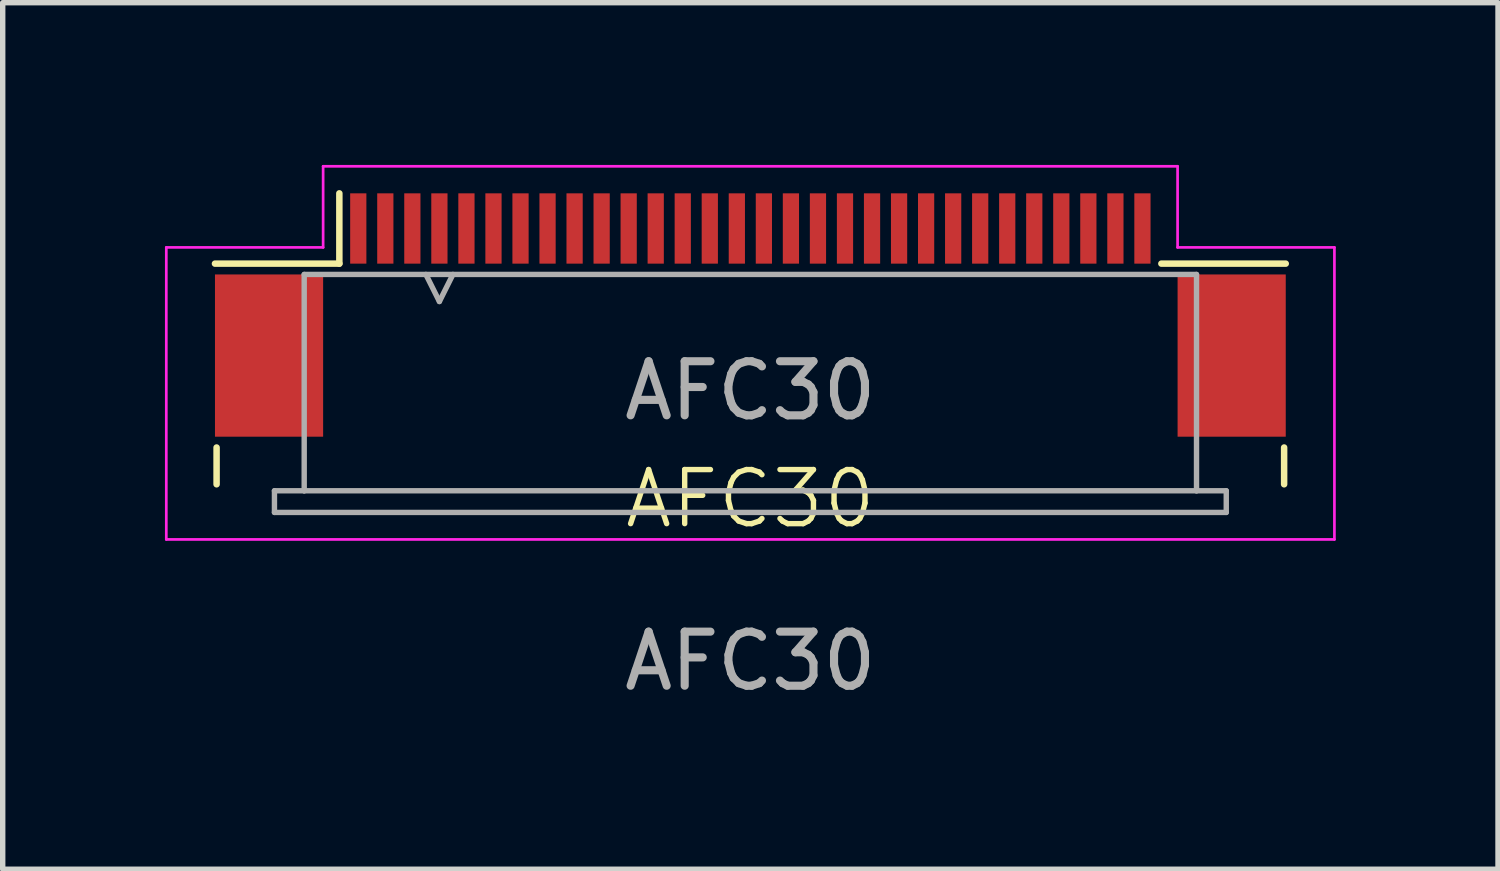
<source format=kicad_pcb>
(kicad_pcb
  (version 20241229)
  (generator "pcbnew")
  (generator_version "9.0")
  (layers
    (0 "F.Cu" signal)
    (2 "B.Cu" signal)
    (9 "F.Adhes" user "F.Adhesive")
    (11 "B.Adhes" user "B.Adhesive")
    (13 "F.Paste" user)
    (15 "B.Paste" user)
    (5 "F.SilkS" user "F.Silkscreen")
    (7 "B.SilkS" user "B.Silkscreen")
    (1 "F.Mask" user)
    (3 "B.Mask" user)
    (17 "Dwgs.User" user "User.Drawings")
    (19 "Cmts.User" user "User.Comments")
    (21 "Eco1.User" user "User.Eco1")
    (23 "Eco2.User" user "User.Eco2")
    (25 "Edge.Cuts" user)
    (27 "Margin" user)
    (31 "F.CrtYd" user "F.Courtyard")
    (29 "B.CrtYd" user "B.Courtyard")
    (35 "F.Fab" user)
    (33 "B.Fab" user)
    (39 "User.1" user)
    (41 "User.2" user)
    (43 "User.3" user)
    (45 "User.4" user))
  (footprint "AFC30"
    (layer "F.Cu")
    (at 10.825 6.675)
    (property "Reference" "AFC30" (at 0 -0.5 0) (unlocked yes) (layer "F.SilkS") (effects (font (size 1 1) (thickness 0.1))))
    (attr smd)
    (fp_line (start -9.87 -1.45) (end -9.87 -0.77) (stroke (width 0.12) (type solid)) (layer "F.SilkS"))
    (fp_line (start -7.6 -4.85) (end -9.9 -4.85) (stroke (width 0.12) (type solid)) (layer "F.SilkS"))
    (fp_line (start -7.6 -4.85) (end -7.6 -6.15) (stroke (width 0.12) (type solid)) (layer "F.SilkS"))
    (fp_line (start 7.6 -4.85) (end 9.9 -4.85) (stroke (width 0.12) (type solid)) (layer "F.SilkS"))
    (fp_line (start 9.87 -1.45) (end 9.87 -0.77) (stroke (width 0.12) (type solid)) (layer "F.SilkS"))
    (fp_line (start -10.8 -5.15) (end -10.8 0.25) (stroke (width 0.05) (type solid)) (layer "F.CrtYd"))
    (fp_line (start -10.8 0.25) (end 10.8 0.25) (stroke (width 0.05) (type solid)) (layer "F.CrtYd"))
    (fp_line (start -7.9 -6.65) (end -7.9 -5.15) (stroke (width 0.05) (type solid)) (layer "F.CrtYd"))
    (fp_line (start -7.9 -5.15) (end -10.8 -5.15) (stroke (width 0.05) (type solid)) (layer "F.CrtYd"))
    (fp_line (start 7.9 -6.65) (end -7.9 -6.65) (stroke (width 0.05) (type solid)) (layer "F.CrtYd"))
    (fp_line (start 7.9 -5.15) (end 7.9 -6.65) (stroke (width 0.05) (type solid)) (layer "F.CrtYd"))
    (fp_line (start 10.8 -5.15) (end 7.9 -5.15) (stroke (width 0.05) (type solid)) (layer "F.CrtYd"))
    (fp_line (start 10.8 0.25) (end 10.8 -5.15) (stroke (width 0.05) (type solid)) (layer "F.CrtYd"))
    (fp_line (start -8.8 -0.65) (end -8.8 -0.25) (stroke (width 0.1) (type solid)) (layer "F.Fab"))
    (fp_line (start -8.8 -0.25) (end 8.8 -0.25) (stroke (width 0.1) (type solid)) (layer "F.Fab"))
    (fp_line (start -8.25 -4.65) (end 8.25 -4.65) (stroke (width 0.1) (type solid)) (layer "F.Fab"))
    (fp_line (start -8.25 -0.65) (end -8.8 -0.65) (stroke (width 0.1) (type solid)) (layer "F.Fab"))
    (fp_line (start -8.25 -0.65) (end -8.25 -4.65) (stroke (width 0.1) (type solid)) (layer "F.Fab"))
    (fp_line (start -6 -4.65) (end -5.75 -4.15) (stroke (width 0.1) (type solid)) (layer "F.Fab"))
    (fp_line (start -5.75 -4.15) (end -5.5 -4.65) (stroke (width 0.1) (type solid)) (layer "F.Fab"))
    (fp_line (start 8.25 -0.65) (end -8.25 -0.65) (stroke (width 0.1) (type solid)) (layer "F.Fab"))
    (fp_line (start 8.25 -0.65) (end 8.25 -4.65) (stroke (width 0.1) (type solid)) (layer "F.Fab"))
    (fp_line (start 8.8 -0.65) (end 8.25 -0.65) (stroke (width 0.1) (type solid)) (layer "F.Fab"))
    (fp_line (start 8.8 -0.25) (end 8.8 -0.65) (stroke (width 0.1) (type solid)) (layer "F.Fab"))
    (fp_text user "${REFERENCE}" (at 0 -2.5 0) (unlocked yes) (layer "F.Fab") (effects (font (size 1 1) (thickness 0.15))))
    (fp_text user "${REFERENCE}" (at 0 2.5 0) (unlocked yes) (layer "F.Fab") (effects (font (size 1 1) (thickness 0.15))))
    (pad "1" smd rect (at -7.25 -5.5) (size 0.3 1.3) (layers "F.Cu" "F.Mask" "F.Paste"))
    (pad "2" smd rect (at -6.75 -5.5) (size 0.3 1.3) (layers "F.Cu" "F.Mask" "F.Paste"))
    (pad "3" smd rect (at -6.25 -5.5) (size 0.3 1.3) (layers "F.Cu" "F.Mask" "F.Paste"))
    (pad "4" smd rect (at -5.75 -5.5) (size 0.3 1.3) (layers "F.Cu" "F.Mask" "F.Paste"))
    (pad "5" smd rect (at -5.25 -5.5) (size 0.3 1.3) (layers "F.Cu" "F.Mask" "F.Paste"))
    (pad "6" smd rect (at -4.75 -5.5) (size 0.3 1.3) (layers "F.Cu" "F.Mask" "F.Paste"))
    (pad "7" smd rect (at -4.25 -5.5) (size 0.3 1.3) (layers "F.Cu" "F.Mask" "F.Paste"))
    (pad "8" smd rect (at -3.75 -5.5) (size 0.3 1.3) (layers "F.Cu" "F.Mask" "F.Paste"))
    (pad "9" smd rect (at -3.25 -5.5) (size 0.3 1.3) (layers "F.Cu" "F.Mask" "F.Paste"))
    (pad "10" smd rect (at -2.75 -5.5) (size 0.3 1.3) (layers "F.Cu" "F.Mask" "F.Paste"))
    (pad "11" smd rect (at -2.25 -5.5) (size 0.3 1.3) (layers "F.Cu" "F.Mask" "F.Paste"))
    (pad "12" smd rect (at -1.75 -5.5) (size 0.3 1.3) (layers "F.Cu" "F.Mask" "F.Paste"))
    (pad "13" smd rect (at -1.25 -5.5) (size 0.3 1.3) (layers "F.Cu" "F.Mask" "F.Paste"))
    (pad "14" smd rect (at -0.75 -5.5) (size 0.3 1.3) (layers "F.Cu" "F.Mask" "F.Paste"))
    (pad "15" smd rect (at -0.25 -5.5) (size 0.3 1.3) (layers "F.Cu" "F.Mask" "F.Paste"))
    (pad "16" smd rect (at 0.25 -5.5) (size 0.3 1.3) (layers "F.Cu" "F.Mask" "F.Paste"))
    (pad "17" smd rect (at 0.75 -5.5) (size 0.3 1.3) (layers "F.Cu" "F.Mask" "F.Paste"))
    (pad "18" smd rect (at 1.25 -5.5) (size 0.3 1.3) (layers "F.Cu" "F.Mask" "F.Paste"))
    (pad "19" smd rect (at 1.75 -5.5) (size 0.3 1.3) (layers "F.Cu" "F.Mask" "F.Paste"))
    (pad "20" smd rect (at 2.25 -5.5) (size 0.3 1.3) (layers "F.Cu" "F.Mask" "F.Paste"))
    (pad "21" smd rect (at 2.75 -5.5) (size 0.3 1.3) (layers "F.Cu" "F.Mask" "F.Paste"))
    (pad "22" smd rect (at 3.25 -5.5) (size 0.3 1.3) (layers "F.Cu" "F.Mask" "F.Paste"))
    (pad "23" smd rect (at 3.75 -5.5) (size 0.3 1.3) (layers "F.Cu" "F.Mask" "F.Paste"))
    (pad "24" smd rect (at 4.25 -5.5) (size 0.3 1.3) (layers "F.Cu" "F.Mask" "F.Paste"))
    (pad "25" smd rect (at 4.75 -5.5) (size 0.3 1.3) (layers "F.Cu" "F.Mask" "F.Paste"))
    (pad "26" smd rect (at 5.25 -5.5) (size 0.3 1.3) (layers "F.Cu" "F.Mask" "F.Paste"))
    (pad "27" smd rect (at 5.75 -5.5) (size 0.3 1.3) (layers "F.Cu" "F.Mask" "F.Paste"))
    (pad "28" smd rect (at 6.25 -5.5) (size 0.3 1.3) (layers "F.Cu" "F.Mask" "F.Paste"))
    (pad "29" smd rect (at 6.75 -5.5) (size 0.3 1.3) (layers "F.Cu" "F.Mask" "F.Paste"))
    (pad "30" smd rect (at 7.25 -5.5) (size 0.3 1.3) (layers "F.Cu" "F.Mask" "F.Paste"))
    (pad "MP" smd rect (at -8.9 -3.15) (size 2 3) (layers "F.Cu" "F.Mask" "F.Paste"))
    (pad "MP" smd rect (at 8.9 -3.15) (size 2 3) (layers "F.Cu" "F.Mask" "F.Paste")))
  (gr_rect
    (start -3 -3)
    (end 24.65 13.023)
    (stroke (width 0.1) (type default))
    (fill no)
    (layer "Edge.Cuts")))
</source>
